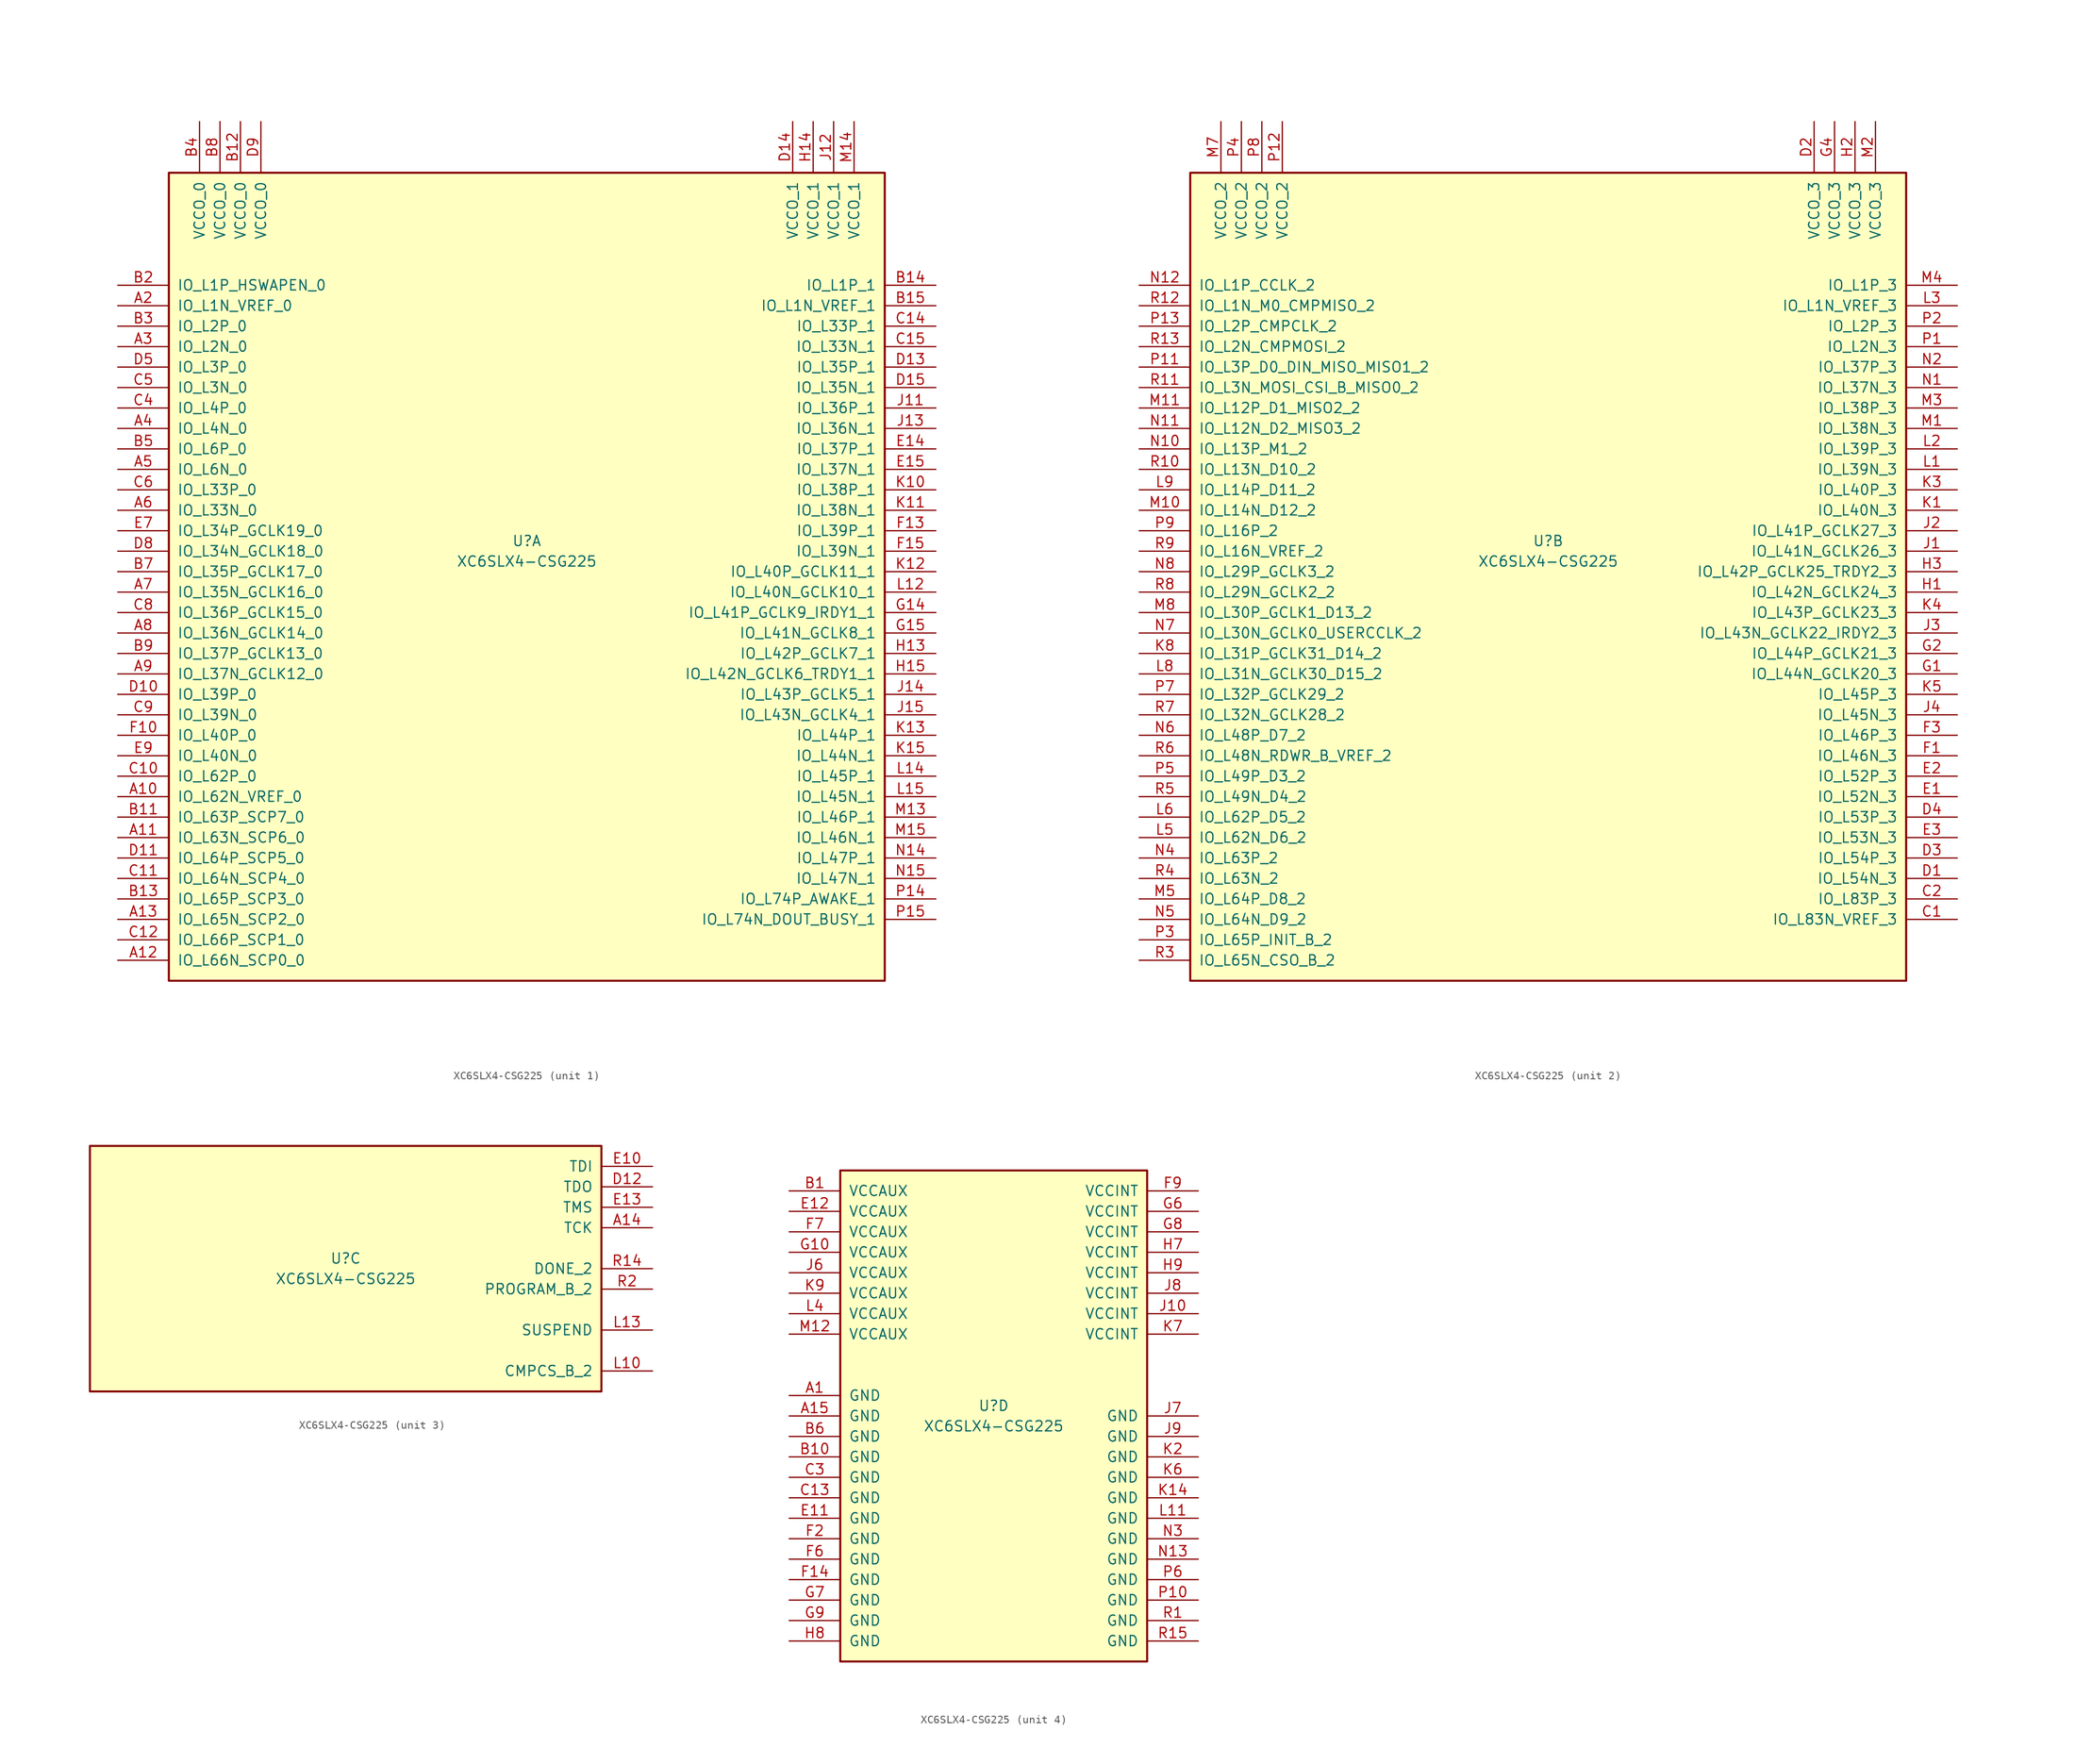
<source format=kicad_sym>
(kicad_symbol_lib
  (version 20211014)
  (generator kicad_symbol_editor)
  (symbol "XC6SLX4-CSG225"
    (pin_names
      (offset 1.016))
    (property "Reference" "U"
      (at 0 1.27 0)
      (effects (font (size 1.27 1.27))))
    (property "Value" "XC6SLX4-CSG225"
      (at 0 -1.27 0)
      (effects (font (size 1.27 1.27))))
    (property "Datasheet" ""
      (at 0 0 0)
      (effects (font (size 1.27 1.27))))
    (property "ki_locked" ""
      (at 0 0 0)
      (effects (font (size 1.27 1.27))))
    (symbol "XC6SLX4-CSG225_1_1"
      (rectangle (start -44.45 46.99) (end 44.45 -53.34) (stroke (width 0.254) (type default) (color 0 0 0 0)) (fill (type background)))
      (pin bidirectional line (at -50.8 -30.48 0) (length 6.35) (name "IO_L62N_VREF_0" (effects (font (size 1.27 1.27)))) (number "A10" (effects (font (size 1.27 1.27)))))
      (pin bidirectional line (at -50.8 -35.56 0) (length 6.35) (name "IO_L63N_SCP6_0" (effects (font (size 1.27 1.27)))) (number "A11" (effects (font (size 1.27 1.27)))))
      (pin bidirectional line (at -50.8 -50.8 0) (length 6.35) (name "IO_L66N_SCP0_0" (effects (font (size 1.27 1.27)))) (number "A12" (effects (font (size 1.27 1.27)))))
      (pin bidirectional line (at -50.8 -45.72 0) (length 6.35) (name "IO_L65N_SCP2_0" (effects (font (size 1.27 1.27)))) (number "A13" (effects (font (size 1.27 1.27)))))
      (pin bidirectional line (at -50.8 30.48 0) (length 6.35) (name "IO_L1N_VREF_0" (effects (font (size 1.27 1.27)))) (number "A2" (effects (font (size 1.27 1.27)))))
      (pin bidirectional line (at -50.8 25.4 0) (length 6.35) (name "IO_L2N_0" (effects (font (size 1.27 1.27)))) (number "A3" (effects (font (size 1.27 1.27)))))
      (pin bidirectional line (at -50.8 15.24 0) (length 6.35) (name "IO_L4N_0" (effects (font (size 1.27 1.27)))) (number "A4" (effects (font (size 1.27 1.27)))))
      (pin bidirectional line (at -50.8 10.16 0) (length 6.35) (name "IO_L6N_0" (effects (font (size 1.27 1.27)))) (number "A5" (effects (font (size 1.27 1.27)))))
      (pin bidirectional line (at -50.8 5.08 0) (length 6.35) (name "IO_L33N_0" (effects (font (size 1.27 1.27)))) (number "A6" (effects (font (size 1.27 1.27)))))
      (pin bidirectional line (at -50.8 -5.08 0) (length 6.35) (name "IO_L35N_GCLK16_0" (effects (font (size 1.27 1.27)))) (number "A7" (effects (font (size 1.27 1.27)))))
      (pin bidirectional line (at -50.8 -10.16 0) (length 6.35) (name "IO_L36N_GCLK14_0" (effects (font (size 1.27 1.27)))) (number "A8" (effects (font (size 1.27 1.27)))))
      (pin bidirectional line (at -50.8 -15.24 0) (length 6.35) (name "IO_L37N_GCLK12_0" (effects (font (size 1.27 1.27)))) (number "A9" (effects (font (size 1.27 1.27)))))
      (pin bidirectional line (at -50.8 -33.02 0) (length 6.35) (name "IO_L63P_SCP7_0" (effects (font (size 1.27 1.27)))) (number "B11" (effects (font (size 1.27 1.27)))))
      (pin power_in line (at -35.56 53.34 270) (length 6.35) (name "VCCO_0" (effects (font (size 1.27 1.27)))) (number "B12" (effects (font (size 1.27 1.27)))))
      (pin bidirectional line (at -50.8 -43.18 0) (length 6.35) (name "IO_L65P_SCP3_0" (effects (font (size 1.27 1.27)))) (number "B13" (effects (font (size 1.27 1.27)))))
      (pin bidirectional line (at 50.8 33.02 180) (length 6.35) (name "IO_L1P_1" (effects (font (size 1.27 1.27)))) (number "B14" (effects (font (size 1.27 1.27)))))
      (pin bidirectional line (at 50.8 30.48 180) (length 6.35) (name "IO_L1N_VREF_1" (effects (font (size 1.27 1.27)))) (number "B15" (effects (font (size 1.27 1.27)))))
      (pin bidirectional line (at -50.8 33.02 0) (length 6.35) (name "IO_L1P_HSWAPEN_0" (effects (font (size 1.27 1.27)))) (number "B2" (effects (font (size 1.27 1.27)))))
      (pin bidirectional line (at -50.8 27.94 0) (length 6.35) (name "IO_L2P_0" (effects (font (size 1.27 1.27)))) (number "B3" (effects (font (size 1.27 1.27)))))
      (pin power_in line (at -40.64 53.34 270) (length 6.35) (name "VCCO_0" (effects (font (size 1.27 1.27)))) (number "B4" (effects (font (size 1.27 1.27)))))
      (pin bidirectional line (at -50.8 12.7 0) (length 6.35) (name "IO_L6P_0" (effects (font (size 1.27 1.27)))) (number "B5" (effects (font (size 1.27 1.27)))))
      (pin bidirectional line (at -50.8 -2.54 0) (length 6.35) (name "IO_L35P_GCLK17_0" (effects (font (size 1.27 1.27)))) (number "B7" (effects (font (size 1.27 1.27)))))
      (pin power_in line (at -38.1 53.34 270) (length 6.35) (name "VCCO_0" (effects (font (size 1.27 1.27)))) (number "B8" (effects (font (size 1.27 1.27)))))
      (pin bidirectional line (at -50.8 -12.7 0) (length 6.35) (name "IO_L37P_GCLK13_0" (effects (font (size 1.27 1.27)))) (number "B9" (effects (font (size 1.27 1.27)))))
      (pin bidirectional line (at -50.8 -27.94 0) (length 6.35) (name "IO_L62P_0" (effects (font (size 1.27 1.27)))) (number "C10" (effects (font (size 1.27 1.27)))))
      (pin bidirectional line (at -50.8 -40.64 0) (length 6.35) (name "IO_L64N_SCP4_0" (effects (font (size 1.27 1.27)))) (number "C11" (effects (font (size 1.27 1.27)))))
      (pin bidirectional line (at -50.8 -48.26 0) (length 6.35) (name "IO_L66P_SCP1_0" (effects (font (size 1.27 1.27)))) (number "C12" (effects (font (size 1.27 1.27)))))
      (pin bidirectional line (at 50.8 27.94 180) (length 6.35) (name "IO_L33P_1" (effects (font (size 1.27 1.27)))) (number "C14" (effects (font (size 1.27 1.27)))))
      (pin bidirectional line (at 50.8 25.4 180) (length 6.35) (name "IO_L33N_1" (effects (font (size 1.27 1.27)))) (number "C15" (effects (font (size 1.27 1.27)))))
      (pin bidirectional line (at -50.8 17.78 0) (length 6.35) (name "IO_L4P_0" (effects (font (size 1.27 1.27)))) (number "C4" (effects (font (size 1.27 1.27)))))
      (pin bidirectional line (at -50.8 20.32 0) (length 6.35) (name "IO_L3N_0" (effects (font (size 1.27 1.27)))) (number "C5" (effects (font (size 1.27 1.27)))))
      (pin bidirectional line (at -50.8 7.62 0) (length 6.35) (name "IO_L33P_0" (effects (font (size 1.27 1.27)))) (number "C6" (effects (font (size 1.27 1.27)))))
      (pin bidirectional line (at -50.8 -7.62 0) (length 6.35) (name "IO_L36P_GCLK15_0" (effects (font (size 1.27 1.27)))) (number "C8" (effects (font (size 1.27 1.27)))))
      (pin bidirectional line (at -50.8 -20.32 0) (length 6.35) (name "IO_L39N_0" (effects (font (size 1.27 1.27)))) (number "C9" (effects (font (size 1.27 1.27)))))
      (pin bidirectional line (at -50.8 -17.78 0) (length 6.35) (name "IO_L39P_0" (effects (font (size 1.27 1.27)))) (number "D10" (effects (font (size 1.27 1.27)))))
      (pin bidirectional line (at -50.8 -38.1 0) (length 6.35) (name "IO_L64P_SCP5_0" (effects (font (size 1.27 1.27)))) (number "D11" (effects (font (size 1.27 1.27)))))
      (pin bidirectional line (at 50.8 22.86 180) (length 6.35) (name "IO_L35P_1" (effects (font (size 1.27 1.27)))) (number "D13" (effects (font (size 1.27 1.27)))))
      (pin power_in line (at 33.02 53.34 270) (length 6.35) (name "VCCO_1" (effects (font (size 1.27 1.27)))) (number "D14" (effects (font (size 1.27 1.27)))))
      (pin bidirectional line (at 50.8 20.32 180) (length 6.35) (name "IO_L35N_1" (effects (font (size 1.27 1.27)))) (number "D15" (effects (font (size 1.27 1.27)))))
      (pin bidirectional line (at -50.8 22.86 0) (length 6.35) (name "IO_L3P_0" (effects (font (size 1.27 1.27)))) (number "D5" (effects (font (size 1.27 1.27)))))
      (pin bidirectional line (at -50.8 0 0) (length 6.35) (name "IO_L34N_GCLK18_0" (effects (font (size 1.27 1.27)))) (number "D8" (effects (font (size 1.27 1.27)))))
      (pin power_in line (at -33.02 53.34 270) (length 6.35) (name "VCCO_0" (effects (font (size 1.27 1.27)))) (number "D9" (effects (font (size 1.27 1.27)))))
      (pin bidirectional line (at 50.8 12.7 180) (length 6.35) (name "IO_L37P_1" (effects (font (size 1.27 1.27)))) (number "E14" (effects (font (size 1.27 1.27)))))
      (pin bidirectional line (at 50.8 10.16 180) (length 6.35) (name "IO_L37N_1" (effects (font (size 1.27 1.27)))) (number "E15" (effects (font (size 1.27 1.27)))))
      (pin bidirectional line (at -50.8 2.54 0) (length 6.35) (name "IO_L34P_GCLK19_0" (effects (font (size 1.27 1.27)))) (number "E7" (effects (font (size 1.27 1.27)))))
      (pin bidirectional line (at -50.8 -25.4 0) (length 6.35) (name "IO_L40N_0" (effects (font (size 1.27 1.27)))) (number "E9" (effects (font (size 1.27 1.27)))))
      (pin bidirectional line (at -50.8 -22.86 0) (length 6.35) (name "IO_L40P_0" (effects (font (size 1.27 1.27)))) (number "F10" (effects (font (size 1.27 1.27)))))
      (pin bidirectional line (at 50.8 2.54 180) (length 6.35) (name "IO_L39P_1" (effects (font (size 1.27 1.27)))) (number "F13" (effects (font (size 1.27 1.27)))))
      (pin bidirectional line (at 50.8 0 180) (length 6.35) (name "IO_L39N_1" (effects (font (size 1.27 1.27)))) (number "F15" (effects (font (size 1.27 1.27)))))
      (pin bidirectional line (at 50.8 -7.62 180) (length 6.35) (name "IO_L41P_GCLK9_IRDY1_1" (effects (font (size 1.27 1.27)))) (number "G14" (effects (font (size 1.27 1.27)))))
      (pin bidirectional line (at 50.8 -10.16 180) (length 6.35) (name "IO_L41N_GCLK8_1" (effects (font (size 1.27 1.27)))) (number "G15" (effects (font (size 1.27 1.27)))))
      (pin bidirectional line (at 50.8 -12.7 180) (length 6.35) (name "IO_L42P_GCLK7_1" (effects (font (size 1.27 1.27)))) (number "H13" (effects (font (size 1.27 1.27)))))
      (pin power_in line (at 35.56 53.34 270) (length 6.35) (name "VCCO_1" (effects (font (size 1.27 1.27)))) (number "H14" (effects (font (size 1.27 1.27)))))
      (pin bidirectional line (at 50.8 -15.24 180) (length 6.35) (name "IO_L42N_GCLK6_TRDY1_1" (effects (font (size 1.27 1.27)))) (number "H15" (effects (font (size 1.27 1.27)))))
      (pin bidirectional line (at 50.8 17.78 180) (length 6.35) (name "IO_L36P_1" (effects (font (size 1.27 1.27)))) (number "J11" (effects (font (size 1.27 1.27)))))
      (pin power_in line (at 38.1 53.34 270) (length 6.35) (name "VCCO_1" (effects (font (size 1.27 1.27)))) (number "J12" (effects (font (size 1.27 1.27)))))
      (pin bidirectional line (at 50.8 15.24 180) (length 6.35) (name "IO_L36N_1" (effects (font (size 1.27 1.27)))) (number "J13" (effects (font (size 1.27 1.27)))))
      (pin bidirectional line (at 50.8 -17.78 180) (length 6.35) (name "IO_L43P_GCLK5_1" (effects (font (size 1.27 1.27)))) (number "J14" (effects (font (size 1.27 1.27)))))
      (pin bidirectional line (at 50.8 -20.32 180) (length 6.35) (name "IO_L43N_GCLK4_1" (effects (font (size 1.27 1.27)))) (number "J15" (effects (font (size 1.27 1.27)))))
      (pin bidirectional line (at 50.8 7.62 180) (length 6.35) (name "IO_L38P_1" (effects (font (size 1.27 1.27)))) (number "K10" (effects (font (size 1.27 1.27)))))
      (pin bidirectional line (at 50.8 5.08 180) (length 6.35) (name "IO_L38N_1" (effects (font (size 1.27 1.27)))) (number "K11" (effects (font (size 1.27 1.27)))))
      (pin bidirectional line (at 50.8 -2.54 180) (length 6.35) (name "IO_L40P_GCLK11_1" (effects (font (size 1.27 1.27)))) (number "K12" (effects (font (size 1.27 1.27)))))
      (pin bidirectional line (at 50.8 -22.86 180) (length 6.35) (name "IO_L44P_1" (effects (font (size 1.27 1.27)))) (number "K13" (effects (font (size 1.27 1.27)))))
      (pin bidirectional line (at 50.8 -25.4 180) (length 6.35) (name "IO_L44N_1" (effects (font (size 1.27 1.27)))) (number "K15" (effects (font (size 1.27 1.27)))))
      (pin bidirectional line (at 50.8 -5.08 180) (length 6.35) (name "IO_L40N_GCLK10_1" (effects (font (size 1.27 1.27)))) (number "L12" (effects (font (size 1.27 1.27)))))
      (pin bidirectional line (at 50.8 -27.94 180) (length 6.35) (name "IO_L45P_1" (effects (font (size 1.27 1.27)))) (number "L14" (effects (font (size 1.27 1.27)))))
      (pin bidirectional line (at 50.8 -30.48 180) (length 6.35) (name "IO_L45N_1" (effects (font (size 1.27 1.27)))) (number "L15" (effects (font (size 1.27 1.27)))))
      (pin bidirectional line (at 50.8 -33.02 180) (length 6.35) (name "IO_L46P_1" (effects (font (size 1.27 1.27)))) (number "M13" (effects (font (size 1.27 1.27)))))
      (pin power_in line (at 40.64 53.34 270) (length 6.35) (name "VCCO_1" (effects (font (size 1.27 1.27)))) (number "M14" (effects (font (size 1.27 1.27)))))
      (pin bidirectional line (at 50.8 -35.56 180) (length 6.35) (name "IO_L46N_1" (effects (font (size 1.27 1.27)))) (number "M15" (effects (font (size 1.27 1.27)))))
      (pin bidirectional line (at 50.8 -38.1 180) (length 6.35) (name "IO_L47P_1" (effects (font (size 1.27 1.27)))) (number "N14" (effects (font (size 1.27 1.27)))))
      (pin bidirectional line (at 50.8 -40.64 180) (length 6.35) (name "IO_L47N_1" (effects (font (size 1.27 1.27)))) (number "N15" (effects (font (size 1.27 1.27)))))
      (pin bidirectional line (at 50.8 -43.18 180) (length 6.35) (name "IO_L74P_AWAKE_1" (effects (font (size 1.27 1.27)))) (number "P14" (effects (font (size 1.27 1.27)))))
      (pin bidirectional line (at 50.8 -45.72 180) (length 6.35) (name "IO_L74N_DOUT_BUSY_1" (effects (font (size 1.27 1.27)))) (number "P15" (effects (font (size 1.27 1.27))))))
    (symbol "XC6SLX4-CSG225_2_1"
      (rectangle (start -44.45 46.99) (end 44.45 -53.34) (stroke (width 0.254) (type default) (color 0 0 0 0)) (fill (type background)))
      (pin bidirectional line (at 50.8 -45.72 180) (length 6.35) (name "IO_L83N_VREF_3" (effects (font (size 1.27 1.27)))) (number "C1" (effects (font (size 1.27 1.27)))))
      (pin bidirectional line (at 50.8 -43.18 180) (length 6.35) (name "IO_L83P_3" (effects (font (size 1.27 1.27)))) (number "C2" (effects (font (size 1.27 1.27)))))
      (pin bidirectional line (at 50.8 -40.64 180) (length 6.35) (name "IO_L54N_3" (effects (font (size 1.27 1.27)))) (number "D1" (effects (font (size 1.27 1.27)))))
      (pin power_in line (at 33.02 53.34 270) (length 6.35) (name "VCCO_3" (effects (font (size 1.27 1.27)))) (number "D2" (effects (font (size 1.27 1.27)))))
      (pin bidirectional line (at 50.8 -38.1 180) (length 6.35) (name "IO_L54P_3" (effects (font (size 1.27 1.27)))) (number "D3" (effects (font (size 1.27 1.27)))))
      (pin bidirectional line (at 50.8 -33.02 180) (length 6.35) (name "IO_L53P_3" (effects (font (size 1.27 1.27)))) (number "D4" (effects (font (size 1.27 1.27)))))
      (pin bidirectional line (at 50.8 -30.48 180) (length 6.35) (name "IO_L52N_3" (effects (font (size 1.27 1.27)))) (number "E1" (effects (font (size 1.27 1.27)))))
      (pin bidirectional line (at 50.8 -27.94 180) (length 6.35) (name "IO_L52P_3" (effects (font (size 1.27 1.27)))) (number "E2" (effects (font (size 1.27 1.27)))))
      (pin bidirectional line (at 50.8 -35.56 180) (length 6.35) (name "IO_L53N_3" (effects (font (size 1.27 1.27)))) (number "E3" (effects (font (size 1.27 1.27)))))
      (pin bidirectional line (at 50.8 -25.4 180) (length 6.35) (name "IO_L46N_3" (effects (font (size 1.27 1.27)))) (number "F1" (effects (font (size 1.27 1.27)))))
      (pin bidirectional line (at 50.8 -22.86 180) (length 6.35) (name "IO_L46P_3" (effects (font (size 1.27 1.27)))) (number "F3" (effects (font (size 1.27 1.27)))))
      (pin bidirectional line (at 50.8 -15.24 180) (length 6.35) (name "IO_L44N_GCLK20_3" (effects (font (size 1.27 1.27)))) (number "G1" (effects (font (size 1.27 1.27)))))
      (pin bidirectional line (at 50.8 -12.7 180) (length 6.35) (name "IO_L44P_GCLK21_3" (effects (font (size 1.27 1.27)))) (number "G2" (effects (font (size 1.27 1.27)))))
      (pin power_in line (at 35.56 53.34 270) (length 6.35) (name "VCCO_3" (effects (font (size 1.27 1.27)))) (number "G4" (effects (font (size 1.27 1.27)))))
      (pin bidirectional line (at 50.8 -5.08 180) (length 6.35) (name "IO_L42N_GCLK24_3" (effects (font (size 1.27 1.27)))) (number "H1" (effects (font (size 1.27 1.27)))))
      (pin power_in line (at 38.1 53.34 270) (length 6.35) (name "VCCO_3" (effects (font (size 1.27 1.27)))) (number "H2" (effects (font (size 1.27 1.27)))))
      (pin bidirectional line (at 50.8 -2.54 180) (length 6.35) (name "IO_L42P_GCLK25_TRDY2_3" (effects (font (size 1.27 1.27)))) (number "H3" (effects (font (size 1.27 1.27)))))
      (pin bidirectional line (at 50.8 0 180) (length 6.35) (name "IO_L41N_GCLK26_3" (effects (font (size 1.27 1.27)))) (number "J1" (effects (font (size 1.27 1.27)))))
      (pin bidirectional line (at 50.8 2.54 180) (length 6.35) (name "IO_L41P_GCLK27_3" (effects (font (size 1.27 1.27)))) (number "J2" (effects (font (size 1.27 1.27)))))
      (pin bidirectional line (at 50.8 -10.16 180) (length 6.35) (name "IO_L43N_GCLK22_IRDY2_3" (effects (font (size 1.27 1.27)))) (number "J3" (effects (font (size 1.27 1.27)))))
      (pin bidirectional line (at 50.8 -20.32 180) (length 6.35) (name "IO_L45N_3" (effects (font (size 1.27 1.27)))) (number "J4" (effects (font (size 1.27 1.27)))))
      (pin bidirectional line (at 50.8 5.08 180) (length 6.35) (name "IO_L40N_3" (effects (font (size 1.27 1.27)))) (number "K1" (effects (font (size 1.27 1.27)))))
      (pin bidirectional line (at 50.8 7.62 180) (length 6.35) (name "IO_L40P_3" (effects (font (size 1.27 1.27)))) (number "K3" (effects (font (size 1.27 1.27)))))
      (pin bidirectional line (at 50.8 -7.62 180) (length 6.35) (name "IO_L43P_GCLK23_3" (effects (font (size 1.27 1.27)))) (number "K4" (effects (font (size 1.27 1.27)))))
      (pin bidirectional line (at 50.8 -17.78 180) (length 6.35) (name "IO_L45P_3" (effects (font (size 1.27 1.27)))) (number "K5" (effects (font (size 1.27 1.27)))))
      (pin bidirectional line (at -50.8 -12.7 0) (length 6.35) (name "IO_L31P_GCLK31_D14_2" (effects (font (size 1.27 1.27)))) (number "K8" (effects (font (size 1.27 1.27)))))
      (pin bidirectional line (at 50.8 10.16 180) (length 6.35) (name "IO_L39N_3" (effects (font (size 1.27 1.27)))) (number "L1" (effects (font (size 1.27 1.27)))))
      (pin bidirectional line (at 50.8 12.7 180) (length 6.35) (name "IO_L39P_3" (effects (font (size 1.27 1.27)))) (number "L2" (effects (font (size 1.27 1.27)))))
      (pin bidirectional line (at 50.8 30.48 180) (length 6.35) (name "IO_L1N_VREF_3" (effects (font (size 1.27 1.27)))) (number "L3" (effects (font (size 1.27 1.27)))))
      (pin bidirectional line (at -50.8 -35.56 0) (length 6.35) (name "IO_L62N_D6_2" (effects (font (size 1.27 1.27)))) (number "L5" (effects (font (size 1.27 1.27)))))
      (pin bidirectional line (at -50.8 -33.02 0) (length 6.35) (name "IO_L62P_D5_2" (effects (font (size 1.27 1.27)))) (number "L6" (effects (font (size 1.27 1.27)))))
      (pin bidirectional line (at -50.8 -15.24 0) (length 6.35) (name "IO_L31N_GCLK30_D15_2" (effects (font (size 1.27 1.27)))) (number "L8" (effects (font (size 1.27 1.27)))))
      (pin bidirectional line (at -50.8 7.62 0) (length 6.35) (name "IO_L14P_D11_2" (effects (font (size 1.27 1.27)))) (number "L9" (effects (font (size 1.27 1.27)))))
      (pin bidirectional line (at 50.8 15.24 180) (length 6.35) (name "IO_L38N_3" (effects (font (size 1.27 1.27)))) (number "M1" (effects (font (size 1.27 1.27)))))
      (pin bidirectional line (at -50.8 5.08 0) (length 6.35) (name "IO_L14N_D12_2" (effects (font (size 1.27 1.27)))) (number "M10" (effects (font (size 1.27 1.27)))))
      (pin bidirectional line (at -50.8 17.78 0) (length 6.35) (name "IO_L12P_D1_MISO2_2" (effects (font (size 1.27 1.27)))) (number "M11" (effects (font (size 1.27 1.27)))))
      (pin power_in line (at 40.64 53.34 270) (length 6.35) (name "VCCO_3" (effects (font (size 1.27 1.27)))) (number "M2" (effects (font (size 1.27 1.27)))))
      (pin bidirectional line (at 50.8 17.78 180) (length 6.35) (name "IO_L38P_3" (effects (font (size 1.27 1.27)))) (number "M3" (effects (font (size 1.27 1.27)))))
      (pin bidirectional line (at 50.8 33.02 180) (length 6.35) (name "IO_L1P_3" (effects (font (size 1.27 1.27)))) (number "M4" (effects (font (size 1.27 1.27)))))
      (pin bidirectional line (at -50.8 -43.18 0) (length 6.35) (name "IO_L64P_D8_2" (effects (font (size 1.27 1.27)))) (number "M5" (effects (font (size 1.27 1.27)))))
      (pin power_in line (at -40.64 53.34 270) (length 6.35) (name "VCCO_2" (effects (font (size 1.27 1.27)))) (number "M7" (effects (font (size 1.27 1.27)))))
      (pin bidirectional line (at -50.8 -7.62 0) (length 6.35) (name "IO_L30P_GCLK1_D13_2" (effects (font (size 1.27 1.27)))) (number "M8" (effects (font (size 1.27 1.27)))))
      (pin bidirectional line (at 50.8 20.32 180) (length 6.35) (name "IO_L37N_3" (effects (font (size 1.27 1.27)))) (number "N1" (effects (font (size 1.27 1.27)))))
      (pin bidirectional line (at -50.8 12.7 0) (length 6.35) (name "IO_L13P_M1_2" (effects (font (size 1.27 1.27)))) (number "N10" (effects (font (size 1.27 1.27)))))
      (pin bidirectional line (at -50.8 15.24 0) (length 6.35) (name "IO_L12N_D2_MISO3_2" (effects (font (size 1.27 1.27)))) (number "N11" (effects (font (size 1.27 1.27)))))
      (pin bidirectional line (at -50.8 33.02 0) (length 6.35) (name "IO_L1P_CCLK_2" (effects (font (size 1.27 1.27)))) (number "N12" (effects (font (size 1.27 1.27)))))
      (pin bidirectional line (at 50.8 22.86 180) (length 6.35) (name "IO_L37P_3" (effects (font (size 1.27 1.27)))) (number "N2" (effects (font (size 1.27 1.27)))))
      (pin bidirectional line (at -50.8 -38.1 0) (length 6.35) (name "IO_L63P_2" (effects (font (size 1.27 1.27)))) (number "N4" (effects (font (size 1.27 1.27)))))
      (pin bidirectional line (at -50.8 -45.72 0) (length 6.35) (name "IO_L64N_D9_2" (effects (font (size 1.27 1.27)))) (number "N5" (effects (font (size 1.27 1.27)))))
      (pin bidirectional line (at -50.8 -22.86 0) (length 6.35) (name "IO_L48P_D7_2" (effects (font (size 1.27 1.27)))) (number "N6" (effects (font (size 1.27 1.27)))))
      (pin bidirectional line (at -50.8 -10.16 0) (length 6.35) (name "IO_L30N_GCLK0_USERCCLK_2" (effects (font (size 1.27 1.27)))) (number "N7" (effects (font (size 1.27 1.27)))))
      (pin bidirectional line (at -50.8 -2.54 0) (length 6.35) (name "IO_L29P_GCLK3_2" (effects (font (size 1.27 1.27)))) (number "N8" (effects (font (size 1.27 1.27)))))
      (pin bidirectional line (at 50.8 25.4 180) (length 6.35) (name "IO_L2N_3" (effects (font (size 1.27 1.27)))) (number "P1" (effects (font (size 1.27 1.27)))))
      (pin bidirectional line (at -50.8 22.86 0) (length 6.35) (name "IO_L3P_D0_DIN_MISO_MISO1_2" (effects (font (size 1.27 1.27)))) (number "P11" (effects (font (size 1.27 1.27)))))
      (pin power_in line (at -33.02 53.34 270) (length 6.35) (name "VCCO_2" (effects (font (size 1.27 1.27)))) (number "P12" (effects (font (size 1.27 1.27)))))
      (pin bidirectional line (at -50.8 27.94 0) (length 6.35) (name "IO_L2P_CMPCLK_2" (effects (font (size 1.27 1.27)))) (number "P13" (effects (font (size 1.27 1.27)))))
      (pin bidirectional line (at 50.8 27.94 180) (length 6.35) (name "IO_L2P_3" (effects (font (size 1.27 1.27)))) (number "P2" (effects (font (size 1.27 1.27)))))
      (pin bidirectional line (at -50.8 -48.26 0) (length 6.35) (name "IO_L65P_INIT_B_2" (effects (font (size 1.27 1.27)))) (number "P3" (effects (font (size 1.27 1.27)))))
      (pin power_in line (at -38.1 53.34 270) (length 6.35) (name "VCCO_2" (effects (font (size 1.27 1.27)))) (number "P4" (effects (font (size 1.27 1.27)))))
      (pin bidirectional line (at -50.8 -27.94 0) (length 6.35) (name "IO_L49P_D3_2" (effects (font (size 1.27 1.27)))) (number "P5" (effects (font (size 1.27 1.27)))))
      (pin bidirectional line (at -50.8 -17.78 0) (length 6.35) (name "IO_L32P_GCLK29_2" (effects (font (size 1.27 1.27)))) (number "P7" (effects (font (size 1.27 1.27)))))
      (pin power_in line (at -35.56 53.34 270) (length 6.35) (name "VCCO_2" (effects (font (size 1.27 1.27)))) (number "P8" (effects (font (size 1.27 1.27)))))
      (pin bidirectional line (at -50.8 2.54 0) (length 6.35) (name "IO_L16P_2" (effects (font (size 1.27 1.27)))) (number "P9" (effects (font (size 1.27 1.27)))))
      (pin bidirectional line (at -50.8 10.16 0) (length 6.35) (name "IO_L13N_D10_2" (effects (font (size 1.27 1.27)))) (number "R10" (effects (font (size 1.27 1.27)))))
      (pin bidirectional line (at -50.8 20.32 0) (length 6.35) (name "IO_L3N_MOSI_CSI_B_MISO0_2" (effects (font (size 1.27 1.27)))) (number "R11" (effects (font (size 1.27 1.27)))))
      (pin bidirectional line (at -50.8 30.48 0) (length 6.35) (name "IO_L1N_M0_CMPMISO_2" (effects (font (size 1.27 1.27)))) (number "R12" (effects (font (size 1.27 1.27)))))
      (pin bidirectional line (at -50.8 25.4 0) (length 6.35) (name "IO_L2N_CMPMOSI_2" (effects (font (size 1.27 1.27)))) (number "R13" (effects (font (size 1.27 1.27)))))
      (pin bidirectional line (at -50.8 -50.8 0) (length 6.35) (name "IO_L65N_CSO_B_2" (effects (font (size 1.27 1.27)))) (number "R3" (effects (font (size 1.27 1.27)))))
      (pin bidirectional line (at -50.8 -40.64 0) (length 6.35) (name "IO_L63N_2" (effects (font (size 1.27 1.27)))) (number "R4" (effects (font (size 1.27 1.27)))))
      (pin bidirectional line (at -50.8 -30.48 0) (length 6.35) (name "IO_L49N_D4_2" (effects (font (size 1.27 1.27)))) (number "R5" (effects (font (size 1.27 1.27)))))
      (pin bidirectional line (at -50.8 -25.4 0) (length 6.35) (name "IO_L48N_RDWR_B_VREF_2" (effects (font (size 1.27 1.27)))) (number "R6" (effects (font (size 1.27 1.27)))))
      (pin bidirectional line (at -50.8 -20.32 0) (length 6.35) (name "IO_L32N_GCLK28_2" (effects (font (size 1.27 1.27)))) (number "R7" (effects (font (size 1.27 1.27)))))
      (pin bidirectional line (at -50.8 -5.08 0) (length 6.35) (name "IO_L29N_GCLK2_2" (effects (font (size 1.27 1.27)))) (number "R8" (effects (font (size 1.27 1.27)))))
      (pin bidirectional line (at -50.8 0 0) (length 6.35) (name "IO_L16N_VREF_2" (effects (font (size 1.27 1.27)))) (number "R9" (effects (font (size 1.27 1.27))))))
    (symbol "XC6SLX4-CSG225_3_1"
      (rectangle (start -31.75 15.24) (end 31.75 -15.24) (stroke (width 0.254) (type default) (color 0 0 0 0)) (fill (type background)))
      (pin bidirectional line (at 38.1 5.08 180) (length 6.35) (name "TCK" (effects (font (size 1.27 1.27)))) (number "A14" (effects (font (size 1.27 1.27)))))
      (pin bidirectional line (at 38.1 10.16 180) (length 6.35) (name "TDO" (effects (font (size 1.27 1.27)))) (number "D12" (effects (font (size 1.27 1.27)))))
      (pin bidirectional line (at 38.1 12.7 180) (length 6.35) (name "TDI" (effects (font (size 1.27 1.27)))) (number "E10" (effects (font (size 1.27 1.27)))))
      (pin bidirectional line (at 38.1 7.62 180) (length 6.35) (name "TMS" (effects (font (size 1.27 1.27)))) (number "E13" (effects (font (size 1.27 1.27)))))
      (pin bidirectional line (at 38.1 -12.7 180) (length 6.35) (name "CMPCS_B_2" (effects (font (size 1.27 1.27)))) (number "L10" (effects (font (size 1.27 1.27)))))
      (pin bidirectional line (at 38.1 -7.62 180) (length 6.35) (name "SUSPEND" (effects (font (size 1.27 1.27)))) (number "L13" (effects (font (size 1.27 1.27)))))
      (pin bidirectional line (at 38.1 0 180) (length 6.35) (name "DONE_2" (effects (font (size 1.27 1.27)))) (number "R14" (effects (font (size 1.27 1.27)))))
      (pin bidirectional line (at 38.1 -2.54 180) (length 6.35) (name "PROGRAM_B_2" (effects (font (size 1.27 1.27)))) (number "R2" (effects (font (size 1.27 1.27))))))
    (symbol "XC6SLX4-CSG225_4_1"
      (rectangle (start -19.05 30.48) (end 19.05 -30.48) (stroke (width 0.254) (type default) (color 0 0 0 0)) (fill (type background)))
      (pin power_in line (at -25.4 2.54 0) (length 6.35) (name "GND" (effects (font (size 1.27 1.27)))) (number "A1" (effects (font (size 1.27 1.27)))))
      (pin power_in line (at -25.4 0 0) (length 6.35) (name "GND" (effects (font (size 1.27 1.27)))) (number "A15" (effects (font (size 1.27 1.27)))))
      (pin power_in line (at -25.4 27.94 0) (length 6.35) (name "VCCAUX" (effects (font (size 1.27 1.27)))) (number "B1" (effects (font (size 1.27 1.27)))))
      (pin power_in line (at -25.4 -5.08 0) (length 6.35) (name "GND" (effects (font (size 1.27 1.27)))) (number "B10" (effects (font (size 1.27 1.27)))))
      (pin power_in line (at -25.4 -2.54 0) (length 6.35) (name "GND" (effects (font (size 1.27 1.27)))) (number "B6" (effects (font (size 1.27 1.27)))))
      (pin power_in line (at -25.4 -10.16 0) (length 6.35) (name "GND" (effects (font (size 1.27 1.27)))) (number "C13" (effects (font (size 1.27 1.27)))))
      (pin power_in line (at -25.4 -7.62 0) (length 6.35) (name "GND" (effects (font (size 1.27 1.27)))) (number "C3" (effects (font (size 1.27 1.27)))))
      (pin power_in line (at -25.4 -12.7 0) (length 6.35) (name "GND" (effects (font (size 1.27 1.27)))) (number "E11" (effects (font (size 1.27 1.27)))))
      (pin power_in line (at -25.4 25.4 0) (length 6.35) (name "VCCAUX" (effects (font (size 1.27 1.27)))) (number "E12" (effects (font (size 1.27 1.27)))))
      (pin power_in line (at -25.4 -20.32 0) (length 6.35) (name "GND" (effects (font (size 1.27 1.27)))) (number "F14" (effects (font (size 1.27 1.27)))))
      (pin power_in line (at -25.4 -15.24 0) (length 6.35) (name "GND" (effects (font (size 1.27 1.27)))) (number "F2" (effects (font (size 1.27 1.27)))))
      (pin power_in line (at -25.4 -17.78 0) (length 6.35) (name "GND" (effects (font (size 1.27 1.27)))) (number "F6" (effects (font (size 1.27 1.27)))))
      (pin power_in line (at -25.4 22.86 0) (length 6.35) (name "VCCAUX" (effects (font (size 1.27 1.27)))) (number "F7" (effects (font (size 1.27 1.27)))))
      (pin power_in line (at 25.4 27.94 180) (length 6.35) (name "VCCINT" (effects (font (size 1.27 1.27)))) (number "F9" (effects (font (size 1.27 1.27)))))
      (pin power_in line (at -25.4 20.32 0) (length 6.35) (name "VCCAUX" (effects (font (size 1.27 1.27)))) (number "G10" (effects (font (size 1.27 1.27)))))
      (pin power_in line (at 25.4 25.4 180) (length 6.35) (name "VCCINT" (effects (font (size 1.27 1.27)))) (number "G6" (effects (font (size 1.27 1.27)))))
      (pin power_in line (at -25.4 -22.86 0) (length 6.35) (name "GND" (effects (font (size 1.27 1.27)))) (number "G7" (effects (font (size 1.27 1.27)))))
      (pin power_in line (at 25.4 22.86 180) (length 6.35) (name "VCCINT" (effects (font (size 1.27 1.27)))) (number "G8" (effects (font (size 1.27 1.27)))))
      (pin power_in line (at -25.4 -25.4 0) (length 6.35) (name "GND" (effects (font (size 1.27 1.27)))) (number "G9" (effects (font (size 1.27 1.27)))))
      (pin power_in line (at 25.4 20.32 180) (length 6.35) (name "VCCINT" (effects (font (size 1.27 1.27)))) (number "H7" (effects (font (size 1.27 1.27)))))
      (pin power_in line (at -25.4 -27.94 0) (length 6.35) (name "GND" (effects (font (size 1.27 1.27)))) (number "H8" (effects (font (size 1.27 1.27)))))
      (pin power_in line (at 25.4 17.78 180) (length 6.35) (name "VCCINT" (effects (font (size 1.27 1.27)))) (number "H9" (effects (font (size 1.27 1.27)))))
      (pin power_in line (at 25.4 12.7 180) (length 6.35) (name "VCCINT" (effects (font (size 1.27 1.27)))) (number "J10" (effects (font (size 1.27 1.27)))))
      (pin power_in line (at -25.4 17.78 0) (length 6.35) (name "VCCAUX" (effects (font (size 1.27 1.27)))) (number "J6" (effects (font (size 1.27 1.27)))))
      (pin power_in line (at 25.4 0 180) (length 6.35) (name "GND" (effects (font (size 1.27 1.27)))) (number "J7" (effects (font (size 1.27 1.27)))))
      (pin power_in line (at 25.4 15.24 180) (length 6.35) (name "VCCINT" (effects (font (size 1.27 1.27)))) (number "J8" (effects (font (size 1.27 1.27)))))
      (pin power_in line (at 25.4 -2.54 180) (length 6.35) (name "GND" (effects (font (size 1.27 1.27)))) (number "J9" (effects (font (size 1.27 1.27)))))
      (pin power_in line (at 25.4 -10.16 180) (length 6.35) (name "GND" (effects (font (size 1.27 1.27)))) (number "K14" (effects (font (size 1.27 1.27)))))
      (pin power_in line (at 25.4 -5.08 180) (length 6.35) (name "GND" (effects (font (size 1.27 1.27)))) (number "K2" (effects (font (size 1.27 1.27)))))
      (pin power_in line (at 25.4 -7.62 180) (length 6.35) (name "GND" (effects (font (size 1.27 1.27)))) (number "K6" (effects (font (size 1.27 1.27)))))
      (pin power_in line (at 25.4 10.16 180) (length 6.35) (name "VCCINT" (effects (font (size 1.27 1.27)))) (number "K7" (effects (font (size 1.27 1.27)))))
      (pin power_in line (at -25.4 15.24 0) (length 6.35) (name "VCCAUX" (effects (font (size 1.27 1.27)))) (number "K9" (effects (font (size 1.27 1.27)))))
      (pin power_in line (at 25.4 -12.7 180) (length 6.35) (name "GND" (effects (font (size 1.27 1.27)))) (number "L11" (effects (font (size 1.27 1.27)))))
      (pin power_in line (at -25.4 12.7 0) (length 6.35) (name "VCCAUX" (effects (font (size 1.27 1.27)))) (number "L4" (effects (font (size 1.27 1.27)))))
      (pin power_in line (at -25.4 10.16 0) (length 6.35) (name "VCCAUX" (effects (font (size 1.27 1.27)))) (number "M12" (effects (font (size 1.27 1.27)))))
      (pin power_in line (at 25.4 -17.78 180) (length 6.35) (name "GND" (effects (font (size 1.27 1.27)))) (number "N13" (effects (font (size 1.27 1.27)))))
      (pin power_in line (at 25.4 -15.24 180) (length 6.35) (name "GND" (effects (font (size 1.27 1.27)))) (number "N3" (effects (font (size 1.27 1.27)))))
      (pin power_in line (at 25.4 -22.86 180) (length 6.35) (name "GND" (effects (font (size 1.27 1.27)))) (number "P10" (effects (font (size 1.27 1.27)))))
      (pin power_in line (at 25.4 -20.32 180) (length 6.35) (name "GND" (effects (font (size 1.27 1.27)))) (number "P6" (effects (font (size 1.27 1.27)))))
      (pin power_in line (at 25.4 -25.4 180) (length 6.35) (name "GND" (effects (font (size 1.27 1.27)))) (number "R1" (effects (font (size 1.27 1.27)))))
      (pin power_in line (at 25.4 -27.94 180) (length 6.35) (name "GND" (effects (font (size 1.27 1.27)))) (number "R15" (effects (font (size 1.27 1.27))))))))
</source>
